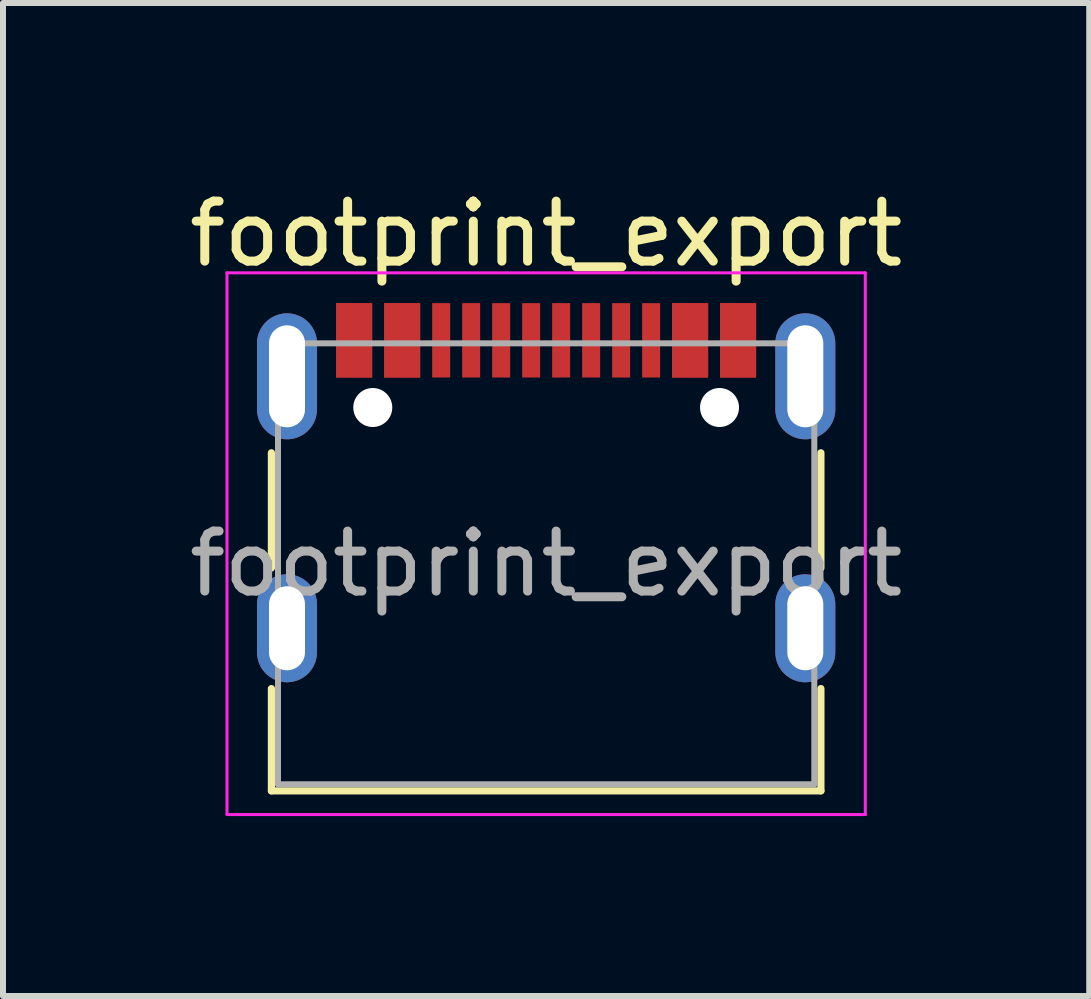
<source format=kicad_pcb>
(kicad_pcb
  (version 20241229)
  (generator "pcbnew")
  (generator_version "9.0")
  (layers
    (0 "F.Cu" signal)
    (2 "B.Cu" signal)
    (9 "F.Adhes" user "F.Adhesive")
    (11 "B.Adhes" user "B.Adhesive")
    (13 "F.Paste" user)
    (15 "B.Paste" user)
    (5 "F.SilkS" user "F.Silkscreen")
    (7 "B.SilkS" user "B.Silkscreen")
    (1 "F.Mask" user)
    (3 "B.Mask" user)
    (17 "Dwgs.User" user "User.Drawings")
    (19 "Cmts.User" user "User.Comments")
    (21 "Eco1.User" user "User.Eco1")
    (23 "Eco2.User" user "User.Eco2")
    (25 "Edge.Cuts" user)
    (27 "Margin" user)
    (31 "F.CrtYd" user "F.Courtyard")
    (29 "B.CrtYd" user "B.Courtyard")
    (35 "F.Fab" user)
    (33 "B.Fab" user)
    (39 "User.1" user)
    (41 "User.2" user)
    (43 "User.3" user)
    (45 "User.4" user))
  (footprint "footprint_export"
    (layer "F.Cu")
    (at 6.054 6.348)
    (property "Reference" "footprint_export" (at 0 -5.5 0) (layer "F.SilkS") (effects (font (size 1 1) (thickness 0.15))))
    (attr smd)
    (fp_line (start -4.58 -1.85) (end -4.58 0.07) (stroke (width 0.12) (type solid)) (layer "F.SilkS"))
    (fp_line (start -4.58 3.785) (end -4.58 2.08) (stroke (width 0.12) (type solid)) (layer "F.SilkS"))
    (fp_line (start 4.58 0.07) (end 4.58 -1.85) (stroke (width 0.12) (type solid)) (layer "F.SilkS"))
    (fp_line (start 4.58 2.08) (end 4.58 3.785) (stroke (width 0.12) (type solid)) (layer "F.SilkS"))
    (fp_line (start 4.58 3.785) (end -4.58 3.785) (stroke (width 0.12) (type solid)) (layer "F.SilkS"))
    (fp_line (start -5.32 -4.85) (end 5.32 -4.85) (stroke (width 0.05) (type solid)) (layer "F.CrtYd"))
    (fp_line (start -5.32 4.18) (end -5.32 -4.85) (stroke (width 0.05) (type solid)) (layer "F.CrtYd"))
    (fp_line (start 5.32 -4.85) (end 5.32 4.18) (stroke (width 0.05) (type solid)) (layer "F.CrtYd"))
    (fp_line (start 5.32 4.18) (end -5.32 4.18) (stroke (width 0.05) (type solid)) (layer "F.CrtYd"))
    (fp_line (start -4.47 -3.675) (end -4.47 3.675) (stroke (width 0.1) (type solid)) (layer "F.Fab"))
    (fp_line (start -4.47 -3.675) (end 4.47 -3.675) (stroke (width 0.1) (type solid)) (layer "F.Fab"))
    (fp_line (start -4.47 3.675) (end 4.47 3.675) (stroke (width 0.1) (type solid)) (layer "F.Fab"))
    (fp_line (start 4.47 3.675) (end 4.47 -3.675) (stroke (width 0.1) (type solid)) (layer "F.Fab"))
    (fp_text user "${REFERENCE}" (at 0 0 0) (layer "F.Fab") (effects (font (size 1 1) (thickness 0.15))))
    (pad "" np_thru_hole circle (at -2.89 -2.605) (size 0.65 0.65) (drill 0.65) (layers "*.Cu" "*.Mask"))
    (pad "" np_thru_hole circle (at 2.89 -2.605) (size 0.65 0.65) (drill 0.65) (layers "*.Cu" "*.Mask"))
    (pad "A1" smd rect (at -3.2 -3.725) (size 0.6 1.24) (layers "F.Cu" "F.Mask" "F.Paste"))
    (pad "A4" smd rect (at -2.4 -3.725) (size 0.6 1.24) (layers "F.Cu" "F.Mask" "F.Paste"))
    (pad "A5" smd rect (at -1.25 -3.725) (size 0.3 1.24) (layers "F.Cu" "F.Mask" "F.Paste"))
    (pad "A6" smd rect (at -0.25 -3.725) (size 0.3 1.24) (layers "F.Cu" "F.Mask" "F.Paste"))
    (pad "A7" smd rect (at 0.25 -3.725) (size 0.3 1.24) (layers "F.Cu" "F.Mask" "F.Paste"))
    (pad "A8" smd rect (at 1.25 -3.725) (size 0.3 1.24) (layers "F.Cu" "F.Mask" "F.Paste"))
    (pad "A9" smd rect (at 2.4 -3.725) (size 0.6 1.24) (layers "F.Cu" "F.Mask" "F.Paste"))
    (pad "A12" smd rect (at 3.2 -3.725) (size 0.6 1.24) (layers "F.Cu" "F.Mask" "F.Paste"))
    (pad "B1" smd rect (at 3.2 -3.725) (size 0.6 1.24) (layers "F.Cu" "F.Mask" "F.Paste"))
    (pad "B4" smd rect (at 2.4 -3.725) (size 0.6 1.24) (layers "F.Cu" "F.Mask" "F.Paste"))
    (pad "B5" smd rect (at 1.75 -3.725) (size 0.3 1.24) (layers "F.Cu" "F.Mask" "F.Paste"))
    (pad "B6" smd rect (at 0.75 -3.725) (size 0.3 1.24) (layers "F.Cu" "F.Mask" "F.Paste"))
    (pad "B7" smd rect (at -0.75 -3.725) (size 0.3 1.24) (layers "F.Cu" "F.Mask" "F.Paste"))
    (pad "B8" smd rect (at -1.75 -3.725) (size 0.3 1.24) (layers "F.Cu" "F.Mask" "F.Paste"))
    (pad "B9" smd rect (at -2.4 -3.725) (size 0.6 1.24) (layers "F.Cu" "F.Mask" "F.Paste"))
    (pad "B12" smd rect (at -3.2 -3.725) (size 0.6 1.24) (layers "F.Cu" "F.Mask" "F.Paste"))
    (pad "S1" thru_hole oval (at -4.32 -3.125) (size 1 2.1) (drill oval 0.6 1.7) (layers "*.Cu" "*.Mask"))
    (pad "S1" thru_hole oval (at -4.32 1.075) (size 1 1.8) (drill oval 0.6 1.4) (layers "*.Cu" "*.Mask"))
    (pad "S1" thru_hole oval (at 4.32 -3.125) (size 1 2.1) (drill oval 0.6 1.7) (layers "*.Cu" "*.Mask"))
    (pad "S1" thru_hole oval (at 4.32 1.075) (size 1 1.8) (drill oval 0.6 1.4) (layers "*.Cu" "*.Mask")))
  (gr_rect
    (start -3 -3)
    (end 15.107 13.553)
    (stroke (width 0.1) (type default))
    (fill no)
    (layer "Edge.Cuts")))
</source>
